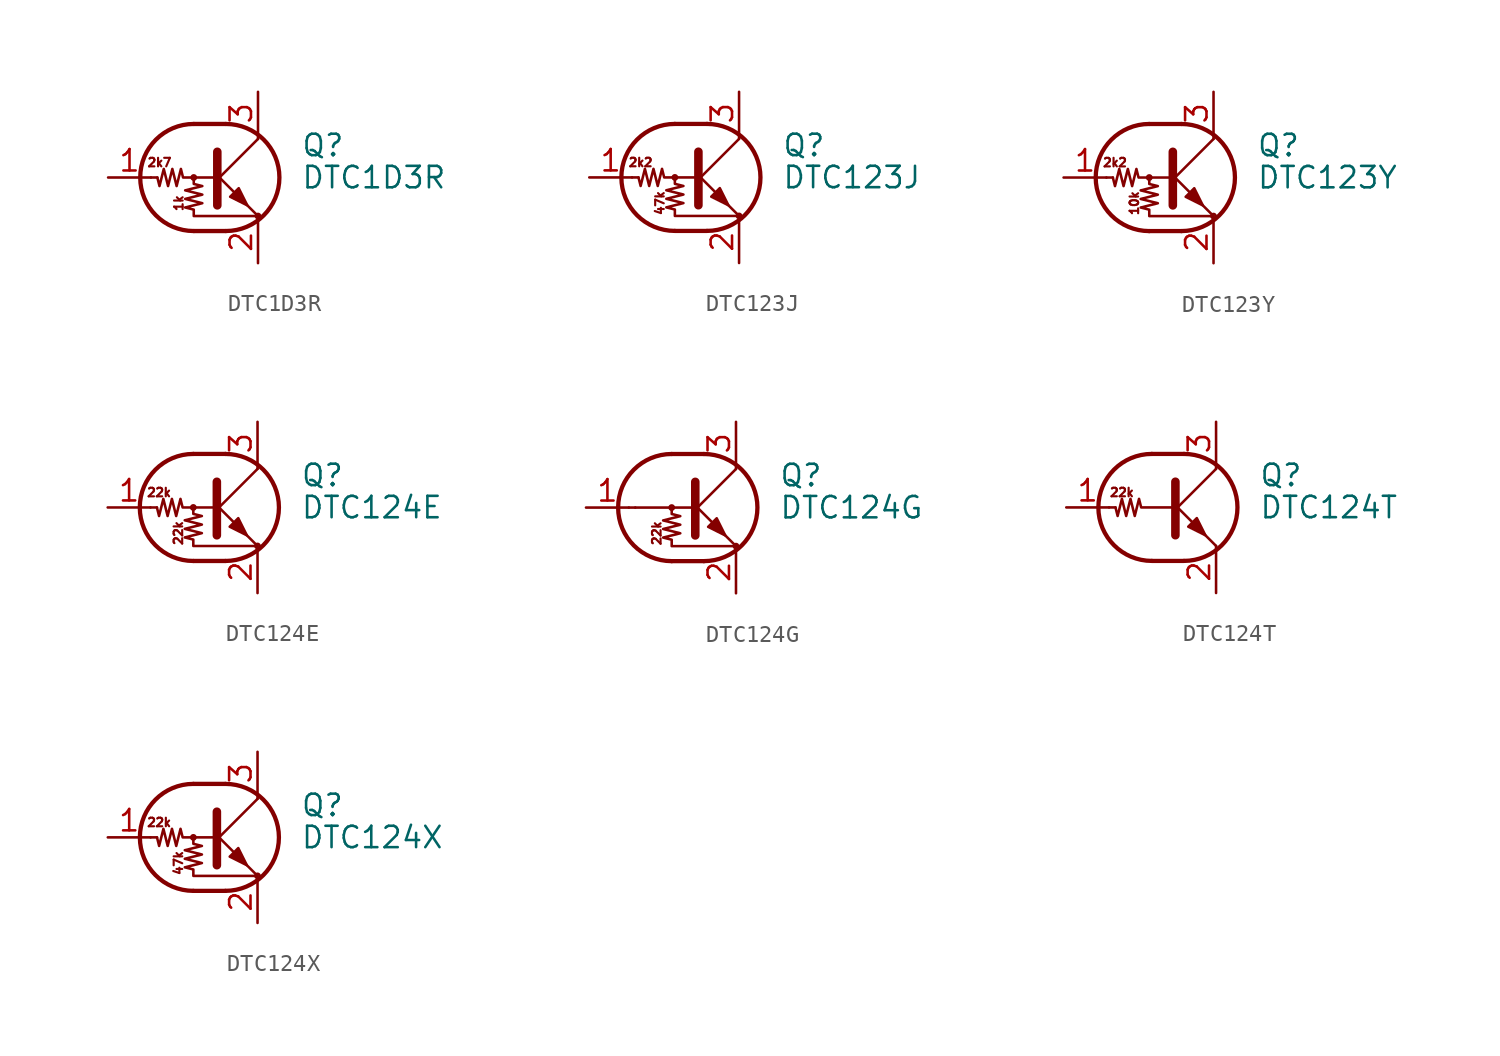
<source format=kicad_sym>
(kicad_symbol_lib
  (version 20201005)
  (generator kicad_symbol_editor)
  (symbol "DTC1D3R"
    (pin_names
      (offset 0) hide)
    (property "Reference" "Q"
      (at 5.08 1.905 0)
      (effects (font (size 1.27 1.27)) (justify left)))
    (property "Value" "DTC1D3R"
      (at 5.08 0 0)
      (effects (font (size 1.27 1.27)) (justify left)))
    (symbol "DTC1D3R_0_0"
      (text "1k" (at -2.159 -1.524 900) (effects (font (size 0.508 0.508))))
      (text "2k7" (at -3.302 0.889 0) (effects (font (size 0.508 0.508)))))
    (symbol "DTC1D3R_0_1"
      (arc (start -1.27 3.175) (end -1.27 -3.175) (radius (at -1.27 0) (length 3.175) (angles 90.1 -90.1)) (stroke (width 0.254)) (fill (type none)))
      (arc (start 0.635 -3.175) (end 0.635 3.175) (radius (at 0.635 0) (length 3.175) (angles -89.9 89.9)) (stroke (width 0.254)) (fill (type none)))
      (circle (center -1.27 0) (radius 0.127) (stroke (width 0)) (fill (type none)))
      (circle (center 2.54 -2.286) (radius 0.127) (stroke (width 0)) (fill (type none)))
      (polyline (pts (xy -3.429 0) (xy -3.81 0)) (stroke (width 0)) (fill (type none)))
      (polyline (pts (xy -1.27 -3.175) (xy 0.635 -3.175)) (stroke (width 0.254)) (fill (type none)))
      (polyline (pts (xy -1.27 3.175) (xy 0.635 3.175)) (stroke (width 0.254)) (fill (type none)))
      (polyline (pts (xy 0 -0.254) (xy 2.54 2.286)) (stroke (width 0)) (fill (type none)))
      (polyline (pts (xy 2.54 2.286) (xy 2.54 2.54)) (stroke (width 0)) (fill (type none)))
      (polyline (pts (xy 2.54 -2.286) (xy 0 0.254) (xy 0 0.254)) (stroke (width 0)) (fill (type none)))
      (polyline (pts (xy 0 0) (xy -1.905 0) (xy -2.032 0.508) (xy -2.286 -0.508) (xy -2.54 0.508) (xy -2.794 -0.508) (xy -3.048 0.508) (xy -3.302 -0.508) (xy -3.429 0)) (stroke (width 0)) (fill (type none)))
      (polyline (pts (xy -1.27 0) (xy -1.27 -0.381) (xy -0.762 -0.508) (xy -1.778 -0.762) (xy -0.762 -1.016) (xy -1.778 -1.27) (xy -0.762 -1.524) (xy -1.778 -1.778) (xy -1.27 -1.905) (xy -1.27 -2.286) (xy 2.54 -2.286)) (stroke (width 0)) (fill (type none)))
      (polyline (pts (xy 0.127 1.524) (xy 0.127 -1.651)) (stroke (width 0.508)) (fill (type outline)))
      (polyline (pts (xy 0.889 -1.143) (xy 1.397 -0.635) (xy 1.905 -1.651) (xy 0.889 -1.143)) (stroke (width 0)) (fill (type outline))))
    (symbol "DTC1D3R_1_1"
      (pin input line (at -6.35 0 0) (length 2.54) (name "B" (effects (font (size 1.27 1.27)))) (number "1" (effects (font (size 1.27 1.27)))))
      (pin passive line (at 2.54 -5.08 90) (length 2.54) (name "E" (effects (font (size 1.27 1.27)))) (number "2" (effects (font (size 1.27 1.27)))))
      (pin passive line (at 2.54 5.08 270) (length 2.54) (name "C" (effects (font (size 1.27 1.27)))) (number "3" (effects (font (size 1.27 1.27)))))))
  (symbol "DTC123J"
    (pin_names
      (offset 0) hide)
    (property "Reference" "Q"
      (at 5.08 1.905 0)
      (effects (font (size 1.27 1.27)) (justify left)))
    (property "Value" "DTC123J"
      (at 5.08 0 0)
      (effects (font (size 1.27 1.27)) (justify left)))
    (symbol "DTC123J_0_0"
      (text "2k2" (at -3.302 0.889 0) (effects (font (size 0.508 0.508))))
      (text "47k" (at -2.159 -1.524 900) (effects (font (size 0.508 0.508)))))
    (symbol "DTC123J_0_1"
      (arc (start -1.27 3.175) (end -1.27 -3.175) (radius (at -1.27 0) (length 3.175) (angles 90.1 -90.1)) (stroke (width 0.254)) (fill (type none)))
      (arc (start 0.635 -3.175) (end 0.635 3.175) (radius (at 0.635 0) (length 3.175) (angles -89.9 89.9)) (stroke (width 0.254)) (fill (type none)))
      (circle (center -1.27 0) (radius 0.127) (stroke (width 0)) (fill (type none)))
      (circle (center 2.54 -2.286) (radius 0.127) (stroke (width 0)) (fill (type none)))
      (polyline (pts (xy -3.429 0) (xy -3.81 0)) (stroke (width 0)) (fill (type none)))
      (polyline (pts (xy -1.27 -3.175) (xy 0.635 -3.175)) (stroke (width 0.254)) (fill (type none)))
      (polyline (pts (xy -1.27 3.175) (xy 0.635 3.175)) (stroke (width 0.254)) (fill (type none)))
      (polyline (pts (xy 0 -0.254) (xy 2.54 2.286)) (stroke (width 0)) (fill (type none)))
      (polyline (pts (xy 2.54 2.286) (xy 2.54 2.54)) (stroke (width 0)) (fill (type none)))
      (polyline (pts (xy 2.54 -2.286) (xy 0 0.254) (xy 0 0.254)) (stroke (width 0)) (fill (type none)))
      (polyline (pts (xy 0 0) (xy -1.905 0) (xy -2.032 0.508) (xy -2.286 -0.508) (xy -2.54 0.508) (xy -2.794 -0.508) (xy -3.048 0.508) (xy -3.302 -0.508) (xy -3.429 0)) (stroke (width 0)) (fill (type none)))
      (polyline (pts (xy -1.27 0) (xy -1.27 -0.381) (xy -0.762 -0.508) (xy -1.778 -0.762) (xy -0.762 -1.016) (xy -1.778 -1.27) (xy -0.762 -1.524) (xy -1.778 -1.778) (xy -1.27 -1.905) (xy -1.27 -2.286) (xy 2.54 -2.286)) (stroke (width 0)) (fill (type none)))
      (polyline (pts (xy 0.127 1.524) (xy 0.127 -1.651)) (stroke (width 0.508)) (fill (type outline)))
      (polyline (pts (xy 0.889 -1.143) (xy 1.397 -0.635) (xy 1.905 -1.651) (xy 0.889 -1.143)) (stroke (width 0)) (fill (type outline))))
    (symbol "DTC123J_1_1"
      (pin input line (at -6.35 0 0) (length 2.54) (name "B" (effects (font (size 1.27 1.27)))) (number "1" (effects (font (size 1.27 1.27)))))
      (pin passive line (at 2.54 -5.08 90) (length 2.54) (name "E" (effects (font (size 1.27 1.27)))) (number "2" (effects (font (size 1.27 1.27)))))
      (pin passive line (at 2.54 5.08 270) (length 2.54) (name "C" (effects (font (size 1.27 1.27)))) (number "3" (effects (font (size 1.27 1.27)))))))
  (symbol "DTC123Y"
    (pin_names
      (offset 0) hide)
    (property "Reference" "Q"
      (at 5.08 1.905 0)
      (effects (font (size 1.27 1.27)) (justify left)))
    (property "Value" "DTC123Y"
      (at 5.08 0 0)
      (effects (font (size 1.27 1.27)) (justify left)))
    (symbol "DTC123Y_0_0"
      (text "10k" (at -2.159 -1.524 900) (effects (font (size 0.508 0.508))))
      (text "2k2" (at -3.302 0.889 0) (effects (font (size 0.508 0.508)))))
    (symbol "DTC123Y_0_1"
      (arc (start -1.27 3.175) (end -1.27 -3.175) (radius (at -1.27 0) (length 3.175) (angles 90.1 -90.1)) (stroke (width 0.254)) (fill (type none)))
      (arc (start 0.635 -3.175) (end 0.635 3.175) (radius (at 0.635 0) (length 3.175) (angles -89.9 89.9)) (stroke (width 0.254)) (fill (type none)))
      (circle (center -1.27 0) (radius 0.127) (stroke (width 0)) (fill (type none)))
      (circle (center 2.54 -2.286) (radius 0.127) (stroke (width 0)) (fill (type none)))
      (polyline (pts (xy -3.429 0) (xy -3.81 0)) (stroke (width 0)) (fill (type none)))
      (polyline (pts (xy -1.27 -3.175) (xy 0.635 -3.175)) (stroke (width 0.254)) (fill (type none)))
      (polyline (pts (xy -1.27 3.175) (xy 0.635 3.175)) (stroke (width 0.254)) (fill (type none)))
      (polyline (pts (xy 0 -0.254) (xy 2.54 2.286)) (stroke (width 0)) (fill (type none)))
      (polyline (pts (xy 2.54 2.286) (xy 2.54 2.54)) (stroke (width 0)) (fill (type none)))
      (polyline (pts (xy 2.54 -2.286) (xy 0 0.254) (xy 0 0.254)) (stroke (width 0)) (fill (type none)))
      (polyline (pts (xy 0 0) (xy -1.905 0) (xy -2.032 0.508) (xy -2.286 -0.508) (xy -2.54 0.508) (xy -2.794 -0.508) (xy -3.048 0.508) (xy -3.302 -0.508) (xy -3.429 0)) (stroke (width 0)) (fill (type none)))
      (polyline (pts (xy -1.27 0) (xy -1.27 -0.381) (xy -0.762 -0.508) (xy -1.778 -0.762) (xy -0.762 -1.016) (xy -1.778 -1.27) (xy -0.762 -1.524) (xy -1.778 -1.778) (xy -1.27 -1.905) (xy -1.27 -2.286) (xy 2.54 -2.286)) (stroke (width 0)) (fill (type none)))
      (polyline (pts (xy 0.127 1.524) (xy 0.127 -1.651)) (stroke (width 0.508)) (fill (type outline)))
      (polyline (pts (xy 0.889 -1.143) (xy 1.397 -0.635) (xy 1.905 -1.651) (xy 0.889 -1.143)) (stroke (width 0)) (fill (type outline))))
    (symbol "DTC123Y_1_1"
      (pin input line (at -6.35 0 0) (length 2.54) (name "B" (effects (font (size 1.27 1.27)))) (number "1" (effects (font (size 1.27 1.27)))))
      (pin passive line (at 2.54 -5.08 90) (length 2.54) (name "E" (effects (font (size 1.27 1.27)))) (number "2" (effects (font (size 1.27 1.27)))))
      (pin passive line (at 2.54 5.08 270) (length 2.54) (name "C" (effects (font (size 1.27 1.27)))) (number "3" (effects (font (size 1.27 1.27)))))))
  (symbol "DTC124E"
    (pin_names
      (offset 0) hide)
    (property "Reference" "Q"
      (at 5.08 1.905 0)
      (effects (font (size 1.27 1.27)) (justify left)))
    (property "Value" "DTC124E"
      (at 5.08 0 0)
      (effects (font (size 1.27 1.27)) (justify left)))
    (symbol "DTC124E_0_0"
      (text "22k" (at -3.302 0.889 0) (effects (font (size 0.508 0.508))))
      (text "22k" (at -2.159 -1.524 900) (effects (font (size 0.508 0.508)))))
    (symbol "DTC124E_0_1"
      (arc (start -1.27 3.175) (end -1.27 -3.175) (radius (at -1.27 0) (length 3.175) (angles 90.1 -90.1)) (stroke (width 0.254)) (fill (type none)))
      (arc (start 0.635 -3.175) (end 0.635 3.175) (radius (at 0.635 0) (length 3.175) (angles -89.9 89.9)) (stroke (width 0.254)) (fill (type none)))
      (circle (center -1.27 0) (radius 0.127) (stroke (width 0)) (fill (type none)))
      (circle (center 2.54 -2.286) (radius 0.127) (stroke (width 0)) (fill (type none)))
      (polyline (pts (xy -3.429 0) (xy -3.81 0)) (stroke (width 0)) (fill (type none)))
      (polyline (pts (xy -1.27 -3.175) (xy 0.635 -3.175)) (stroke (width 0.254)) (fill (type none)))
      (polyline (pts (xy -1.27 3.175) (xy 0.635 3.175)) (stroke (width 0.254)) (fill (type none)))
      (polyline (pts (xy 0 -0.254) (xy 2.54 2.286)) (stroke (width 0)) (fill (type none)))
      (polyline (pts (xy 2.54 2.286) (xy 2.54 2.54)) (stroke (width 0)) (fill (type none)))
      (polyline (pts (xy 2.54 -2.286) (xy 0 0.254) (xy 0 0.254)) (stroke (width 0)) (fill (type none)))
      (polyline (pts (xy 0 0) (xy -1.905 0) (xy -2.032 0.508) (xy -2.286 -0.508) (xy -2.54 0.508) (xy -2.794 -0.508) (xy -3.048 0.508) (xy -3.302 -0.508) (xy -3.429 0)) (stroke (width 0)) (fill (type none)))
      (polyline (pts (xy -1.27 0) (xy -1.27 -0.381) (xy -0.762 -0.508) (xy -1.778 -0.762) (xy -0.762 -1.016) (xy -1.778 -1.27) (xy -0.762 -1.524) (xy -1.778 -1.778) (xy -1.27 -1.905) (xy -1.27 -2.286) (xy 2.54 -2.286)) (stroke (width 0)) (fill (type none)))
      (polyline (pts (xy 0.127 1.524) (xy 0.127 -1.651)) (stroke (width 0.508)) (fill (type outline)))
      (polyline (pts (xy 0.889 -1.143) (xy 1.397 -0.635) (xy 1.905 -1.651) (xy 0.889 -1.143)) (stroke (width 0)) (fill (type outline))))
    (symbol "DTC124E_1_1"
      (pin input line (at -6.35 0 0) (length 2.54) (name "B" (effects (font (size 1.27 1.27)))) (number "1" (effects (font (size 1.27 1.27)))))
      (pin passive line (at 2.54 -5.08 90) (length 2.54) (name "E" (effects (font (size 1.27 1.27)))) (number "2" (effects (font (size 1.27 1.27)))))
      (pin passive line (at 2.54 5.08 270) (length 2.54) (name "C" (effects (font (size 1.27 1.27)))) (number "3" (effects (font (size 1.27 1.27)))))))
  (symbol "DTC124G"
    (pin_names
      (offset 0) hide)
    (property "Reference" "Q"
      (at 5.08 1.905 0)
      (effects (font (size 1.27 1.27)) (justify left)))
    (property "Value" "DTC124G"
      (at 5.08 0 0)
      (effects (font (size 1.27 1.27)) (justify left)))
    (symbol "DTC124G_0_0"
      (text "22k" (at -2.159 -1.524 900) (effects (font (size 0.508 0.508))))
      (polyline (pts (xy -3.429 0) (xy 0 0)) (stroke (width 0)) (fill (type none))))
    (symbol "DTC124G_0_1"
      (arc (start -1.27 3.175) (end -1.27 -3.175) (radius (at -1.27 0) (length 3.175) (angles 90.1 -90.1)) (stroke (width 0.254)) (fill (type none)))
      (arc (start 0.635 -3.175) (end 0.635 3.175) (radius (at 0.635 0) (length 3.175) (angles -89.9 89.9)) (stroke (width 0.254)) (fill (type none)))
      (circle (center -1.27 0) (radius 0.127) (stroke (width 0)) (fill (type none)))
      (circle (center 2.54 -2.286) (radius 0.127) (stroke (width 0)) (fill (type none)))
      (polyline (pts (xy -3.429 0) (xy -3.81 0)) (stroke (width 0)) (fill (type none)))
      (polyline (pts (xy -1.27 -3.175) (xy 0.635 -3.175)) (stroke (width 0.254)) (fill (type none)))
      (polyline (pts (xy -1.27 3.175) (xy 0.635 3.175)) (stroke (width 0.254)) (fill (type none)))
      (polyline (pts (xy 0 -0.254) (xy 2.54 2.286)) (stroke (width 0)) (fill (type none)))
      (polyline (pts (xy 2.54 2.286) (xy 2.54 2.54)) (stroke (width 0)) (fill (type none)))
      (polyline (pts (xy 2.54 -2.286) (xy 0 0.254) (xy 0 0.254)) (stroke (width 0)) (fill (type none)))
      (polyline (pts (xy -1.27 0) (xy -1.27 -0.381) (xy -0.762 -0.508) (xy -1.778 -0.762) (xy -0.762 -1.016) (xy -1.778 -1.27) (xy -0.762 -1.524) (xy -1.778 -1.778) (xy -1.27 -1.905) (xy -1.27 -2.286) (xy 2.54 -2.286)) (stroke (width 0)) (fill (type none)))
      (polyline (pts (xy 0.127 1.524) (xy 0.127 -1.651)) (stroke (width 0.508)) (fill (type outline)))
      (polyline (pts (xy 0.889 -1.143) (xy 1.397 -0.635) (xy 1.905 -1.651) (xy 0.889 -1.143)) (stroke (width 0)) (fill (type outline))))
    (symbol "DTC124G_1_1"
      (pin input line (at -6.35 0 0) (length 2.54) (name "B" (effects (font (size 1.27 1.27)))) (number "1" (effects (font (size 1.27 1.27)))))
      (pin passive line (at 2.54 -5.08 90) (length 2.54) (name "E" (effects (font (size 1.27 1.27)))) (number "2" (effects (font (size 1.27 1.27)))))
      (pin passive line (at 2.54 5.08 270) (length 2.54) (name "C" (effects (font (size 1.27 1.27)))) (number "3" (effects (font (size 1.27 1.27)))))))
  (symbol "DTC124T"
    (pin_names
      (offset 0) hide)
    (property "Reference" "Q"
      (at 5.08 1.905 0)
      (effects (font (size 1.27 1.27)) (justify left)))
    (property "Value" "DTC124T"
      (at 5.08 0 0)
      (effects (font (size 1.27 1.27)) (justify left)))
    (symbol "DTC124T_0_0"
      (text "22k" (at -3.048 0.889 0) (effects (font (size 0.508 0.508))))
      (polyline (pts (xy 2.54 -2.286) (xy 2.54 -2.54)) (stroke (width 0)) (fill (type none))))
    (symbol "DTC124T_0_1"
      (arc (start -1.27 3.175) (end -1.27 -3.175) (radius (at -1.27 0) (length 3.175) (angles 90.1 -90.1)) (stroke (width 0.254)) (fill (type none)))
      (arc (start 0.635 -3.175) (end 0.635 3.175) (radius (at 0.635 0) (length 3.175) (angles -89.9 89.9)) (stroke (width 0.254)) (fill (type none)))
      (polyline (pts (xy -3.429 0) (xy -3.81 0)) (stroke (width 0)) (fill (type none)))
      (polyline (pts (xy -1.27 -3.175) (xy 0.635 -3.175)) (stroke (width 0.254)) (fill (type none)))
      (polyline (pts (xy -1.27 3.175) (xy 0.635 3.175)) (stroke (width 0.254)) (fill (type none)))
      (polyline (pts (xy 0 -0.254) (xy 2.54 2.286)) (stroke (width 0)) (fill (type none)))
      (polyline (pts (xy 2.54 2.286) (xy 2.54 2.54)) (stroke (width 0)) (fill (type none)))
      (polyline (pts (xy 2.54 -2.286) (xy 0 0.254) (xy 0 0.254)) (stroke (width 0)) (fill (type none)))
      (polyline (pts (xy 0 0) (xy -1.905 0) (xy -2.032 0.508) (xy -2.286 -0.508) (xy -2.54 0.508) (xy -2.794 -0.508) (xy -3.048 0.508) (xy -3.302 -0.508) (xy -3.429 0)) (stroke (width 0)) (fill (type none)))
      (polyline (pts (xy 0.127 1.524) (xy 0.127 -1.651)) (stroke (width 0.508)) (fill (type outline)))
      (polyline (pts (xy 0.889 -1.143) (xy 1.397 -0.635) (xy 1.905 -1.651) (xy 0.889 -1.143)) (stroke (width 0)) (fill (type outline))))
    (symbol "DTC124T_1_1"
      (pin input line (at -6.35 0 0) (length 2.54) (name "B" (effects (font (size 1.27 1.27)))) (number "1" (effects (font (size 1.27 1.27)))))
      (pin passive line (at 2.54 -5.08 90) (length 2.54) (name "E" (effects (font (size 1.27 1.27)))) (number "2" (effects (font (size 1.27 1.27)))))
      (pin passive line (at 2.54 5.08 270) (length 2.54) (name "C" (effects (font (size 1.27 1.27)))) (number "3" (effects (font (size 1.27 1.27)))))))
  (symbol "DTC124X"
    (pin_names
      (offset 0) hide)
    (property "Reference" "Q"
      (at 5.08 1.905 0)
      (effects (font (size 1.27 1.27)) (justify left)))
    (property "Value" "DTC124X"
      (at 5.08 0 0)
      (effects (font (size 1.27 1.27)) (justify left)))
    (symbol "DTC124X_0_0"
      (text "22k" (at -3.302 0.889 0) (effects (font (size 0.508 0.508))))
      (text "47k" (at -2.159 -1.524 900) (effects (font (size 0.508 0.508)))))
    (symbol "DTC124X_0_1"
      (arc (start -1.27 3.175) (end -1.27 -3.175) (radius (at -1.27 0) (length 3.175) (angles 90.1 -90.1)) (stroke (width 0.254)) (fill (type none)))
      (arc (start 0.635 -3.175) (end 0.635 3.175) (radius (at 0.635 0) (length 3.175) (angles -89.9 89.9)) (stroke (width 0.254)) (fill (type none)))
      (circle (center -1.27 0) (radius 0.127) (stroke (width 0)) (fill (type none)))
      (circle (center 2.54 -2.286) (radius 0.127) (stroke (width 0)) (fill (type none)))
      (polyline (pts (xy -3.429 0) (xy -3.81 0)) (stroke (width 0)) (fill (type none)))
      (polyline (pts (xy -1.27 -3.175) (xy 0.635 -3.175)) (stroke (width 0.254)) (fill (type none)))
      (polyline (pts (xy -1.27 3.175) (xy 0.635 3.175)) (stroke (width 0.254)) (fill (type none)))
      (polyline (pts (xy 0 -0.254) (xy 2.54 2.286)) (stroke (width 0)) (fill (type none)))
      (polyline (pts (xy 2.54 2.286) (xy 2.54 2.54)) (stroke (width 0)) (fill (type none)))
      (polyline (pts (xy 2.54 -2.286) (xy 0 0.254) (xy 0 0.254)) (stroke (width 0)) (fill (type none)))
      (polyline (pts (xy 0 0) (xy -1.905 0) (xy -2.032 0.508) (xy -2.286 -0.508) (xy -2.54 0.508) (xy -2.794 -0.508) (xy -3.048 0.508) (xy -3.302 -0.508) (xy -3.429 0)) (stroke (width 0)) (fill (type none)))
      (polyline (pts (xy -1.27 0) (xy -1.27 -0.381) (xy -0.762 -0.508) (xy -1.778 -0.762) (xy -0.762 -1.016) (xy -1.778 -1.27) (xy -0.762 -1.524) (xy -1.778 -1.778) (xy -1.27 -1.905) (xy -1.27 -2.286) (xy 2.54 -2.286)) (stroke (width 0)) (fill (type none)))
      (polyline (pts (xy 0.127 1.524) (xy 0.127 -1.651)) (stroke (width 0.508)) (fill (type outline)))
      (polyline (pts (xy 0.889 -1.143) (xy 1.397 -0.635) (xy 1.905 -1.651) (xy 0.889 -1.143)) (stroke (width 0)) (fill (type outline))))
    (symbol "DTC124X_1_1"
      (pin input line (at -6.35 0 0) (length 2.54) (name "B" (effects (font (size 1.27 1.27)))) (number "1" (effects (font (size 1.27 1.27)))))
      (pin passive line (at 2.54 -5.08 90) (length 2.54) (name "E" (effects (font (size 1.27 1.27)))) (number "2" (effects (font (size 1.27 1.27)))))
      (pin passive line (at 2.54 5.08 270) (length 2.54) (name "C" (effects (font (size 1.27 1.27)))) (number "3" (effects (font (size 1.27 1.27))))))))
</source>
